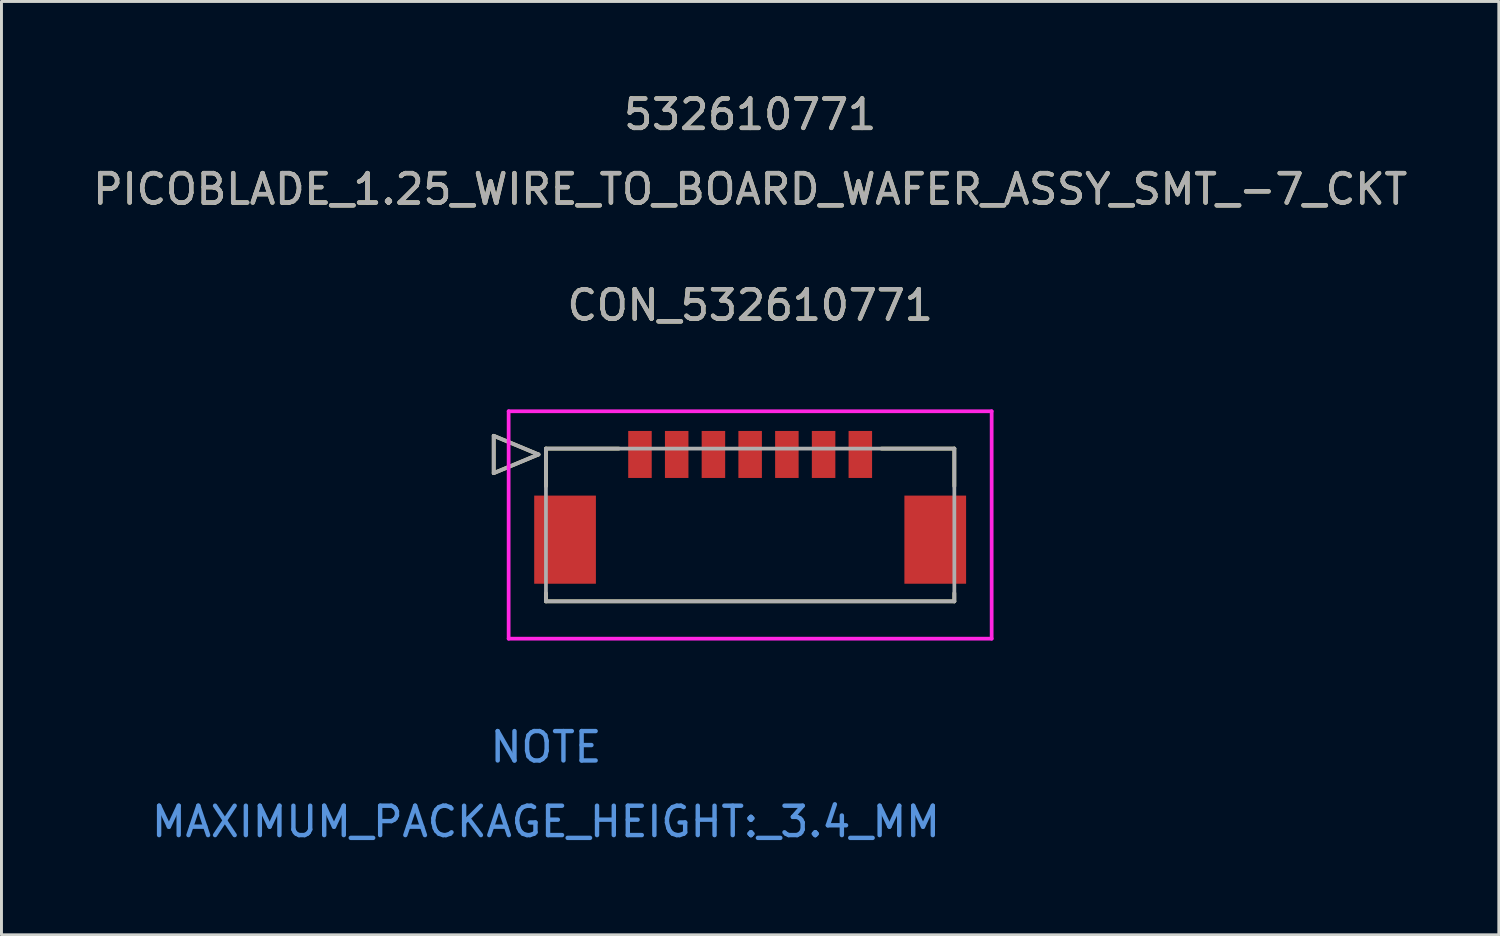
<source format=kicad_pcb>
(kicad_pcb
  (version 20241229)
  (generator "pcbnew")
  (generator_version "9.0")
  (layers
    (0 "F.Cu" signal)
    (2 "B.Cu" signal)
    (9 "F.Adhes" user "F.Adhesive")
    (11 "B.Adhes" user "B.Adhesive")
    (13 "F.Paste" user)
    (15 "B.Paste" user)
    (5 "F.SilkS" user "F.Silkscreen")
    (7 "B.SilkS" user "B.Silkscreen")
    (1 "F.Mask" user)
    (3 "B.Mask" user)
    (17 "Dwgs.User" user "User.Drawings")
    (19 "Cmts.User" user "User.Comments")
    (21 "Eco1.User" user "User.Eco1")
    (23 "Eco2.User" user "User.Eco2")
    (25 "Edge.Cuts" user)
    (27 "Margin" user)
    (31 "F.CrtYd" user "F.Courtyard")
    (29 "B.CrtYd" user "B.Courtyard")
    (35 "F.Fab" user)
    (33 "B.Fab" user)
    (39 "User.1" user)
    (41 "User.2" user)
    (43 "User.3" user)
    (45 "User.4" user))
  (footprint "CON_532610771"
    (layer "F.Cu")
    (at 18.732 12.418)
    (property "Reference" "CON_532610771" (at 3.75 -5.08 0) (unlocked yes) (layer "F.SilkS") (effects (font (size 1 1) (thickness 0.15))))
    (attr smd)
    (fp_line (start -4.978 -0.635) (end -4.978 0.635) (stroke (width 0.127) (type solid)) (layer "F.SilkS"))
    (fp_line (start -4.978 0.635) (end -3.454 0) (stroke (width 0.127) (type solid)) (layer "F.SilkS"))
    (fp_line (start -3.454 0) (end -4.978 -0.635) (stroke (width 0.127) (type solid)) (layer "F.SilkS"))
    (fp_line (start -3.2 -0.2) (end -3.2 1.08) (stroke (width 0.127) (type solid)) (layer "F.SilkS"))
    (fp_line (start -3.2 4.72) (end -3.2 5) (stroke (width 0.127) (type solid)) (layer "F.SilkS"))
    (fp_line (start -3.2 5) (end 10.7 5) (stroke (width 0.127) (type solid)) (layer "F.SilkS"))
    (fp_line (start -0.72 -0.2) (end -3.2 -0.2) (stroke (width 0.127) (type solid)) (layer "F.SilkS"))
    (fp_line (start 10.7 -0.2) (end 8.22 -0.2) (stroke (width 0.127) (type solid)) (layer "F.SilkS"))
    (fp_line (start 10.7 1.08) (end 10.7 -0.2) (stroke (width 0.127) (type solid)) (layer "F.SilkS"))
    (fp_line (start 10.7 5) (end 10.7 4.72) (stroke (width 0.127) (type solid)) (layer "F.SilkS"))
    (fp_line (start -4.47 -1.47) (end -4.47 6.27) (stroke (width 0.127) (type solid)) (layer "F.CrtYd"))
    (fp_line (start -4.47 6.27) (end 11.97 6.27) (stroke (width 0.127) (type solid)) (layer "F.CrtYd"))
    (fp_line (start 11.97 -1.47) (end -4.47 -1.47) (stroke (width 0.127) (type solid)) (layer "F.CrtYd"))
    (fp_line (start 11.97 6.27) (end 11.97 -1.47) (stroke (width 0.127) (type solid)) (layer "F.CrtYd"))
    (fp_line (start -4.978 -0.635) (end -4.978 0.635) (stroke (width 0.127) (type solid)) (layer "F.Fab"))
    (fp_line (start -4.978 0.635) (end -3.454 0) (stroke (width 0.127) (type solid)) (layer "F.Fab"))
    (fp_line (start -3.454 0) (end -4.978 -0.635) (stroke (width 0.127) (type solid)) (layer "F.Fab"))
    (fp_line (start -3.2 -0.2) (end -3.2 5) (stroke (width 0.127) (type solid)) (layer "F.Fab"))
    (fp_line (start -3.2 5) (end 10.7 5) (stroke (width 0.127) (type solid)) (layer "F.Fab"))
    (fp_line (start 10.7 -0.2) (end -3.2 -0.2) (stroke (width 0.127) (type solid)) (layer "F.Fab"))
    (fp_line (start 10.7 5) (end 10.7 -0.2) (stroke (width 0.127) (type solid)) (layer "F.Fab"))
    (fp_text user "PICOBLADE_1.25_WIRE_TO_BOARD_WAFER_ASSY_SMT_-7_CKT" (at 3.75 -9.03 0) (unlocked yes) (layer "F.SilkS") (effects (font (size 1 1) (thickness 0.15))))
    (fp_text user "532610771" (at 3.75 -11.57 0) (unlocked yes) (layer "F.SilkS") (effects (font (size 1 1) (thickness 0.15))))
    (fp_text user "NOTE" (at -3.2 9.96 0) (unlocked yes) (layer "Cmts.User") (effects (font (size 1 1) (thickness 0.15))))
    (fp_text user "MAXIMUM_PACKAGE_HEIGHT:_3.4_MM" (at -3.2 12.5 0) (unlocked yes) (layer "Cmts.User") (effects (font (size 1 1) (thickness 0.15))))
    (fp_text user "PICOBLADE_1.25_WIRE_TO_BOARD_WAFER_ASSY_SMT_-7_CKT" (at 3.75 -9.03 0) (unlocked yes) (layer "F.Fab") (effects (font (size 1 1) (thickness 0.15))))
    (fp_text user "532610771" (at 3.75 -11.57 0) (unlocked yes) (layer "F.Fab") (effects (font (size 1 1) (thickness 0.15))))
    (fp_text user "${REFERENCE}" (at 3.75 -5.08 0) (unlocked yes) (layer "F.Fab") (effects (font (size 1 1) (thickness 0.15))))
    (pad "1" smd rect (at 0 0) (size 0.8 1.6) (layers "F.Cu" "F.Mask" "F.Paste"))
    (pad "2" smd rect (at 1.25 0) (size 0.8 1.6) (layers "F.Cu" "F.Mask" "F.Paste"))
    (pad "3" smd rect (at 2.5 0) (size 0.8 1.6) (layers "F.Cu" "F.Mask" "F.Paste"))
    (pad "4" smd rect (at 3.75 0) (size 0.8 1.6) (layers "F.Cu" "F.Mask" "F.Paste"))
    (pad "5" smd rect (at 5 0) (size 0.8 1.6) (layers "F.Cu" "F.Mask" "F.Paste"))
    (pad "6" smd rect (at 6.25 0) (size 0.8 1.6) (layers "F.Cu" "F.Mask" "F.Paste"))
    (pad "7" smd rect (at 7.5 0) (size 0.8 1.6) (layers "F.Cu" "F.Mask" "F.Paste"))
    (pad "8" smd rect (at -2.55 2.9) (size 2.1 3) (layers "F.Cu" "F.Mask" "F.Paste"))
    (pad "9" smd rect (at 10.05 2.9) (size 2.1 3) (layers "F.Cu" "F.Mask" "F.Paste")))
  (gr_rect
    (start -3 -3)
    (end 47.964 28.767)
    (stroke (width 0.1) (type default))
    (fill no)
    (layer "Edge.Cuts")))
</source>
